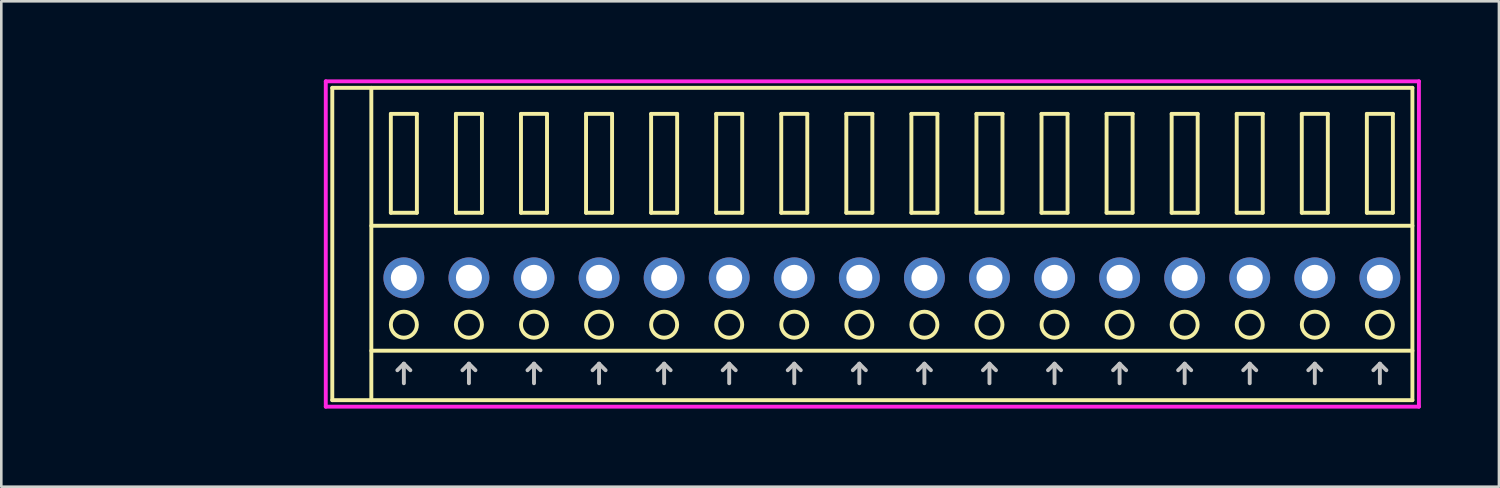
<source format=kicad_pcb>
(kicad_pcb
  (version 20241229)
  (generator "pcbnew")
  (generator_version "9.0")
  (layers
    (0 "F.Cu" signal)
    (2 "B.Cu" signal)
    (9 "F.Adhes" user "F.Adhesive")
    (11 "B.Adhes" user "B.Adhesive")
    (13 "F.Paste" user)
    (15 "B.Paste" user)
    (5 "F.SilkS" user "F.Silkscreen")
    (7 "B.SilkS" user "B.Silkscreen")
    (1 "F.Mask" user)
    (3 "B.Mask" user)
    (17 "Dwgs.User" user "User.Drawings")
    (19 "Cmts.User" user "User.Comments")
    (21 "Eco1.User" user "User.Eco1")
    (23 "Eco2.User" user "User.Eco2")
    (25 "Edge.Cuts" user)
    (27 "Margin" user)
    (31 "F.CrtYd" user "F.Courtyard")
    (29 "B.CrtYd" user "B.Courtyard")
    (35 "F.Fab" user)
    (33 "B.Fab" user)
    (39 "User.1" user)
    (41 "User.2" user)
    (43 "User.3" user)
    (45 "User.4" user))
  (footprint "COMBICON_HDR250P16"
    (layer "F.Cu")
    (at 31.217 7.625)
    (property "Reference" "COMBICON_HDR250P16" (at -22.5 0 0) (layer "User.1") (effects (font (size 1 1) (thickness 0.1))))
    (attr through_hole)
    (fp_line (start -21.5 -7.3) (end -21.5 4.7) (stroke (width 0.15) (type solid)) (layer "F.SilkS"))
    (fp_line (start -21.5 4.7) (end 20 4.7) (stroke (width 0.15) (type solid)) (layer "F.SilkS"))
    (fp_line (start -20 -2) (end 20 -2) (stroke (width 0.15) (type solid)) (layer "F.SilkS"))
    (fp_line (start -20 2.8) (end 20 2.8) (stroke (width 0.15) (type solid)) (layer "F.SilkS"))
    (fp_line (start -20 4.7) (end -20 -7.3) (stroke (width 0.15) (type solid)) (layer "F.SilkS"))
    (fp_line (start -19.25 -6.3) (end -19.25 -2.5) (stroke (width 0.15) (type solid)) (layer "F.SilkS"))
    (fp_line (start -19.25 -2.5) (end -18.25 -2.5) (stroke (width 0.15) (type solid)) (layer "F.SilkS"))
    (fp_line (start -18.25 -6.3) (end -19.25 -6.3) (stroke (width 0.15) (type solid)) (layer "F.SilkS"))
    (fp_line (start -18.25 -2.5) (end -18.25 -6.3) (stroke (width 0.15) (type solid)) (layer "F.SilkS"))
    (fp_line (start -16.75 -6.3) (end -16.75 -2.5) (stroke (width 0.15) (type solid)) (layer "F.SilkS"))
    (fp_line (start -16.75 -2.5) (end -15.75 -2.5) (stroke (width 0.15) (type solid)) (layer "F.SilkS"))
    (fp_line (start -15.75 -6.3) (end -16.75 -6.3) (stroke (width 0.15) (type solid)) (layer "F.SilkS"))
    (fp_line (start -15.75 -2.5) (end -15.75 -6.3) (stroke (width 0.15) (type solid)) (layer "F.SilkS"))
    (fp_line (start -14.25 -6.3) (end -14.25 -2.5) (stroke (width 0.15) (type solid)) (layer "F.SilkS"))
    (fp_line (start -14.25 -2.5) (end -13.25 -2.5) (stroke (width 0.15) (type solid)) (layer "F.SilkS"))
    (fp_line (start -13.25 -6.3) (end -14.25 -6.3) (stroke (width 0.15) (type solid)) (layer "F.SilkS"))
    (fp_line (start -13.25 -2.5) (end -13.25 -6.3) (stroke (width 0.15) (type solid)) (layer "F.SilkS"))
    (fp_line (start -11.75 -6.3) (end -11.75 -2.5) (stroke (width 0.15) (type solid)) (layer "F.SilkS"))
    (fp_line (start -11.75 -2.5) (end -10.75 -2.5) (stroke (width 0.15) (type solid)) (layer "F.SilkS"))
    (fp_line (start -10.75 -6.3) (end -11.75 -6.3) (stroke (width 0.15) (type solid)) (layer "F.SilkS"))
    (fp_line (start -10.75 -2.5) (end -10.75 -6.3) (stroke (width 0.15) (type solid)) (layer "F.SilkS"))
    (fp_line (start -9.25 -6.3) (end -9.25 -2.5) (stroke (width 0.15) (type solid)) (layer "F.SilkS"))
    (fp_line (start -9.25 -2.5) (end -8.25 -2.5) (stroke (width 0.15) (type solid)) (layer "F.SilkS"))
    (fp_line (start -8.25 -6.3) (end -9.25 -6.3) (stroke (width 0.15) (type solid)) (layer "F.SilkS"))
    (fp_line (start -8.25 -2.5) (end -8.25 -6.3) (stroke (width 0.15) (type solid)) (layer "F.SilkS"))
    (fp_line (start -6.75 -6.3) (end -6.75 -2.5) (stroke (width 0.15) (type solid)) (layer "F.SilkS"))
    (fp_line (start -6.75 -2.5) (end -5.75 -2.5) (stroke (width 0.15) (type solid)) (layer "F.SilkS"))
    (fp_line (start -5.75 -6.3) (end -6.75 -6.3) (stroke (width 0.15) (type solid)) (layer "F.SilkS"))
    (fp_line (start -5.75 -2.5) (end -5.75 -6.3) (stroke (width 0.15) (type solid)) (layer "F.SilkS"))
    (fp_line (start -4.25 -6.3) (end -4.25 -2.5) (stroke (width 0.15) (type solid)) (layer "F.SilkS"))
    (fp_line (start -4.25 -2.5) (end -3.25 -2.5) (stroke (width 0.15) (type solid)) (layer "F.SilkS"))
    (fp_line (start -3.25 -6.3) (end -4.25 -6.3) (stroke (width 0.15) (type solid)) (layer "F.SilkS"))
    (fp_line (start -3.25 -2.5) (end -3.25 -6.3) (stroke (width 0.15) (type solid)) (layer "F.SilkS"))
    (fp_line (start -1.75 -6.3) (end -1.75 -2.5) (stroke (width 0.15) (type solid)) (layer "F.SilkS"))
    (fp_line (start -1.75 -2.5) (end -0.75 -2.5) (stroke (width 0.15) (type solid)) (layer "F.SilkS"))
    (fp_line (start -0.75 -6.3) (end -1.75 -6.3) (stroke (width 0.15) (type solid)) (layer "F.SilkS"))
    (fp_line (start -0.75 -2.5) (end -0.75 -6.3) (stroke (width 0.15) (type solid)) (layer "F.SilkS"))
    (fp_line (start 0.75 -6.3) (end 0.75 -2.5) (stroke (width 0.15) (type solid)) (layer "F.SilkS"))
    (fp_line (start 0.75 -2.5) (end 1.75 -2.5) (stroke (width 0.15) (type solid)) (layer "F.SilkS"))
    (fp_line (start 1.75 -6.3) (end 0.75 -6.3) (stroke (width 0.15) (type solid)) (layer "F.SilkS"))
    (fp_line (start 1.75 -2.5) (end 1.75 -6.3) (stroke (width 0.15) (type solid)) (layer "F.SilkS"))
    (fp_line (start 3.25 -6.3) (end 3.25 -2.5) (stroke (width 0.15) (type solid)) (layer "F.SilkS"))
    (fp_line (start 3.25 -2.5) (end 4.25 -2.5) (stroke (width 0.15) (type solid)) (layer "F.SilkS"))
    (fp_line (start 4.25 -6.3) (end 3.25 -6.3) (stroke (width 0.15) (type solid)) (layer "F.SilkS"))
    (fp_line (start 4.25 -2.5) (end 4.25 -6.3) (stroke (width 0.15) (type solid)) (layer "F.SilkS"))
    (fp_line (start 5.75 -6.3) (end 5.75 -2.5) (stroke (width 0.15) (type solid)) (layer "F.SilkS"))
    (fp_line (start 5.75 -2.5) (end 6.75 -2.5) (stroke (width 0.15) (type solid)) (layer "F.SilkS"))
    (fp_line (start 6.75 -6.3) (end 5.75 -6.3) (stroke (width 0.15) (type solid)) (layer "F.SilkS"))
    (fp_line (start 6.75 -2.5) (end 6.75 -6.3) (stroke (width 0.15) (type solid)) (layer "F.SilkS"))
    (fp_line (start 8.25 -6.3) (end 8.25 -2.5) (stroke (width 0.15) (type solid)) (layer "F.SilkS"))
    (fp_line (start 8.25 -2.5) (end 9.25 -2.5) (stroke (width 0.15) (type solid)) (layer "F.SilkS"))
    (fp_line (start 9.25 -6.3) (end 8.25 -6.3) (stroke (width 0.15) (type solid)) (layer "F.SilkS"))
    (fp_line (start 9.25 -2.5) (end 9.25 -6.3) (stroke (width 0.15) (type solid)) (layer "F.SilkS"))
    (fp_line (start 10.75 -6.3) (end 10.75 -2.5) (stroke (width 0.15) (type solid)) (layer "F.SilkS"))
    (fp_line (start 10.75 -2.5) (end 11.75 -2.5) (stroke (width 0.15) (type solid)) (layer "F.SilkS"))
    (fp_line (start 11.75 -6.3) (end 10.75 -6.3) (stroke (width 0.15) (type solid)) (layer "F.SilkS"))
    (fp_line (start 11.75 -2.5) (end 11.75 -6.3) (stroke (width 0.15) (type solid)) (layer "F.SilkS"))
    (fp_line (start 13.25 -6.3) (end 13.25 -2.5) (stroke (width 0.15) (type solid)) (layer "F.SilkS"))
    (fp_line (start 13.25 -2.5) (end 14.25 -2.5) (stroke (width 0.15) (type solid)) (layer "F.SilkS"))
    (fp_line (start 14.25 -6.3) (end 13.25 -6.3) (stroke (width 0.15) (type solid)) (layer "F.SilkS"))
    (fp_line (start 14.25 -2.5) (end 14.25 -6.3) (stroke (width 0.15) (type solid)) (layer "F.SilkS"))
    (fp_line (start 15.75 -6.3) (end 15.75 -2.5) (stroke (width 0.15) (type solid)) (layer "F.SilkS"))
    (fp_line (start 15.75 -2.5) (end 16.75 -2.5) (stroke (width 0.15) (type solid)) (layer "F.SilkS"))
    (fp_line (start 16.75 -6.3) (end 15.75 -6.3) (stroke (width 0.15) (type solid)) (layer "F.SilkS"))
    (fp_line (start 16.75 -2.5) (end 16.75 -6.3) (stroke (width 0.15) (type solid)) (layer "F.SilkS"))
    (fp_line (start 18.25 -6.3) (end 18.25 -2.5) (stroke (width 0.15) (type solid)) (layer "F.SilkS"))
    (fp_line (start 18.25 -2.5) (end 19.25 -2.5) (stroke (width 0.15) (type solid)) (layer "F.SilkS"))
    (fp_line (start 19.25 -6.3) (end 18.25 -6.3) (stroke (width 0.15) (type solid)) (layer "F.SilkS"))
    (fp_line (start 19.25 -2.5) (end 19.25 -6.3) (stroke (width 0.15) (type solid)) (layer "F.SilkS"))
    (fp_line (start 20 -7.3) (end -21.5 -7.3) (stroke (width 0.15) (type solid)) (layer "F.SilkS"))
    (fp_line (start 20 4.7) (end 20 -7.3) (stroke (width 0.15) (type solid)) (layer "F.SilkS"))
    (fp_circle (center -18.75 1.8) (end -18.25 1.8) (stroke (width 0.15) (type solid)) (fill no) (layer "F.SilkS"))
    (fp_circle (center -16.25 1.8) (end -15.75 1.8) (stroke (width 0.15) (type solid)) (fill no) (layer "F.SilkS"))
    (fp_circle (center -13.75 1.8) (end -13.25 1.8) (stroke (width 0.15) (type solid)) (fill no) (layer "F.SilkS"))
    (fp_circle (center -11.25 1.8) (end -10.75 1.8) (stroke (width 0.15) (type solid)) (fill no) (layer "F.SilkS"))
    (fp_circle (center -8.75 1.8) (end -8.25 1.8) (stroke (width 0.15) (type solid)) (fill no) (layer "F.SilkS"))
    (fp_circle (center -6.25 1.8) (end -5.75 1.8) (stroke (width 0.15) (type solid)) (fill no) (layer "F.SilkS"))
    (fp_circle (center -3.75 1.8) (end -3.25 1.8) (stroke (width 0.15) (type solid)) (fill no) (layer "F.SilkS"))
    (fp_circle (center -1.25 1.8) (end -0.75 1.8) (stroke (width 0.15) (type solid)) (fill no) (layer "F.SilkS"))
    (fp_circle (center 1.25 1.8) (end 1.75 1.8) (stroke (width 0.15) (type solid)) (fill no) (layer "F.SilkS"))
    (fp_circle (center 3.75 1.8) (end 4.25 1.8) (stroke (width 0.15) (type solid)) (fill no) (layer "F.SilkS"))
    (fp_circle (center 6.25 1.8) (end 6.75 1.8) (stroke (width 0.15) (type solid)) (fill no) (layer "F.SilkS"))
    (fp_circle (center 8.75 1.8) (end 9.25 1.8) (stroke (width 0.15) (type solid)) (fill no) (layer "F.SilkS"))
    (fp_circle (center 11.25 1.8) (end 11.75 1.8) (stroke (width 0.15) (type solid)) (fill no) (layer "F.SilkS"))
    (fp_circle (center 13.75 1.8) (end 14.25 1.8) (stroke (width 0.15) (type solid)) (fill no) (layer "F.SilkS"))
    (fp_circle (center 16.25 1.8) (end 16.75 1.8) (stroke (width 0.15) (type solid)) (fill no) (layer "F.SilkS"))
    (fp_circle (center 18.75 1.8) (end 19.25 1.8) (stroke (width 0.15) (type solid)) (fill no) (layer "F.SilkS"))
    (fp_line (start -19 3.55) (end -18.75 3.3) (stroke (width 0.15) (type solid)) (layer "Dwgs.User"))
    (fp_line (start -18.75 4.05) (end -18.75 3.3) (stroke (width 0.15) (type solid)) (layer "Dwgs.User"))
    (fp_line (start -18.5 3.55) (end -18.75 3.3) (stroke (width 0.15) (type solid)) (layer "Dwgs.User"))
    (fp_line (start -16.5 3.55) (end -16.25 3.3) (stroke (width 0.15) (type solid)) (layer "Dwgs.User"))
    (fp_line (start -16.25 4.05) (end -16.25 3.3) (stroke (width 0.15) (type solid)) (layer "Dwgs.User"))
    (fp_line (start -16 3.55) (end -16.25 3.3) (stroke (width 0.15) (type solid)) (layer "Dwgs.User"))
    (fp_line (start -14 3.55) (end -13.75 3.3) (stroke (width 0.15) (type solid)) (layer "Dwgs.User"))
    (fp_line (start -13.75 4.05) (end -13.75 3.3) (stroke (width 0.15) (type solid)) (layer "Dwgs.User"))
    (fp_line (start -13.5 3.55) (end -13.75 3.3) (stroke (width 0.15) (type solid)) (layer "Dwgs.User"))
    (fp_line (start -11.5 3.55) (end -11.25 3.3) (stroke (width 0.15) (type solid)) (layer "Dwgs.User"))
    (fp_line (start -11.25 4.05) (end -11.25 3.3) (stroke (width 0.15) (type solid)) (layer "Dwgs.User"))
    (fp_line (start -11 3.55) (end -11.25 3.3) (stroke (width 0.15) (type solid)) (layer "Dwgs.User"))
    (fp_line (start -9 3.55) (end -8.75 3.3) (stroke (width 0.15) (type solid)) (layer "Dwgs.User"))
    (fp_line (start -8.75 4.05) (end -8.75 3.3) (stroke (width 0.15) (type solid)) (layer "Dwgs.User"))
    (fp_line (start -8.5 3.55) (end -8.75 3.3) (stroke (width 0.15) (type solid)) (layer "Dwgs.User"))
    (fp_line (start -6.5 3.55) (end -6.25 3.3) (stroke (width 0.15) (type solid)) (layer "Dwgs.User"))
    (fp_line (start -6.25 4.05) (end -6.25 3.3) (stroke (width 0.15) (type solid)) (layer "Dwgs.User"))
    (fp_line (start -6 3.55) (end -6.25 3.3) (stroke (width 0.15) (type solid)) (layer "Dwgs.User"))
    (fp_line (start -4 3.55) (end -3.75 3.3) (stroke (width 0.15) (type solid)) (layer "Dwgs.User"))
    (fp_line (start -3.75 4.05) (end -3.75 3.3) (stroke (width 0.15) (type solid)) (layer "Dwgs.User"))
    (fp_line (start -3.5 3.55) (end -3.75 3.3) (stroke (width 0.15) (type solid)) (layer "Dwgs.User"))
    (fp_line (start -1.5 3.55) (end -1.25 3.3) (stroke (width 0.15) (type solid)) (layer "Dwgs.User"))
    (fp_line (start -1.25 4.05) (end -1.25 3.3) (stroke (width 0.15) (type solid)) (layer "Dwgs.User"))
    (fp_line (start -1 3.55) (end -1.25 3.3) (stroke (width 0.15) (type solid)) (layer "Dwgs.User"))
    (fp_line (start 1 3.55) (end 1.25 3.3) (stroke (width 0.15) (type solid)) (layer "Dwgs.User"))
    (fp_line (start 1.25 4.05) (end 1.25 3.3) (stroke (width 0.15) (type solid)) (layer "Dwgs.User"))
    (fp_line (start 1.5 3.55) (end 1.25 3.3) (stroke (width 0.15) (type solid)) (layer "Dwgs.User"))
    (fp_line (start 3.5 3.55) (end 3.75 3.3) (stroke (width 0.15) (type solid)) (layer "Dwgs.User"))
    (fp_line (start 3.75 4.05) (end 3.75 3.3) (stroke (width 0.15) (type solid)) (layer "Dwgs.User"))
    (fp_line (start 4 3.55) (end 3.75 3.3) (stroke (width 0.15) (type solid)) (layer "Dwgs.User"))
    (fp_line (start 6 3.55) (end 6.25 3.3) (stroke (width 0.15) (type solid)) (layer "Dwgs.User"))
    (fp_line (start 6.25 4.05) (end 6.25 3.3) (stroke (width 0.15) (type solid)) (layer "Dwgs.User"))
    (fp_line (start 6.5 3.55) (end 6.25 3.3) (stroke (width 0.15) (type solid)) (layer "Dwgs.User"))
    (fp_line (start 8.5 3.55) (end 8.75 3.3) (stroke (width 0.15) (type solid)) (layer "Dwgs.User"))
    (fp_line (start 8.75 4.05) (end 8.75 3.3) (stroke (width 0.15) (type solid)) (layer "Dwgs.User"))
    (fp_line (start 9 3.55) (end 8.75 3.3) (stroke (width 0.15) (type solid)) (layer "Dwgs.User"))
    (fp_line (start 11 3.55) (end 11.25 3.3) (stroke (width 0.15) (type solid)) (layer "Dwgs.User"))
    (fp_line (start 11.25 4.05) (end 11.25 3.3) (stroke (width 0.15) (type solid)) (layer "Dwgs.User"))
    (fp_line (start 11.5 3.55) (end 11.25 3.3) (stroke (width 0.15) (type solid)) (layer "Dwgs.User"))
    (fp_line (start 13.5 3.55) (end 13.75 3.3) (stroke (width 0.15) (type solid)) (layer "Dwgs.User"))
    (fp_line (start 13.75 4.05) (end 13.75 3.3) (stroke (width 0.15) (type solid)) (layer "Dwgs.User"))
    (fp_line (start 14 3.55) (end 13.75 3.3) (stroke (width 0.15) (type solid)) (layer "Dwgs.User"))
    (fp_line (start 16 3.55) (end 16.25 3.3) (stroke (width 0.15) (type solid)) (layer "Dwgs.User"))
    (fp_line (start 16.25 4.05) (end 16.25 3.3) (stroke (width 0.15) (type solid)) (layer "Dwgs.User"))
    (fp_line (start 16.5 3.55) (end 16.25 3.3) (stroke (width 0.15) (type solid)) (layer "Dwgs.User"))
    (fp_line (start 18.5 3.55) (end 18.75 3.3) (stroke (width 0.15) (type solid)) (layer "Dwgs.User"))
    (fp_line (start 18.75 4.05) (end 18.75 3.3) (stroke (width 0.15) (type solid)) (layer "Dwgs.User"))
    (fp_line (start 19 3.55) (end 18.75 3.3) (stroke (width 0.15) (type solid)) (layer "Dwgs.User"))
    (fp_line (start -21.75 -7.55) (end -21.75 4.95) (stroke (width 0.15) (type solid)) (layer "F.CrtYd"))
    (fp_line (start -21.75 4.95) (end 20.25 4.95) (stroke (width 0.15) (type solid)) (layer "F.CrtYd"))
    (fp_line (start 20.25 -7.55) (end -21.75 -7.55) (stroke (width 0.15) (type solid)) (layer "F.CrtYd"))
    (fp_line (start 20.25 4.95) (end 20.25 -7.55) (stroke (width 0.15) (type solid)) (layer "F.CrtYd"))
    (pad "1" thru_hole oval (at -18.75 0) (size 1.57 1.57) (drill 1) (layers "*.Cu" "*.Mask"))
    (pad "2" thru_hole oval (at -16.25 0) (size 1.57 1.57) (drill 1) (layers "*.Cu" "*.Mask"))
    (pad "3" thru_hole oval (at -13.75 0) (size 1.57 1.57) (drill 1) (layers "*.Cu" "*.Mask"))
    (pad "4" thru_hole oval (at -11.25 0) (size 1.57 1.57) (drill 1) (layers "*.Cu" "*.Mask"))
    (pad "5" thru_hole oval (at -8.75 0) (size 1.57 1.57) (drill 1) (layers "*.Cu" "*.Mask"))
    (pad "6" thru_hole oval (at -6.25 0) (size 1.57 1.57) (drill 1) (layers "*.Cu" "*.Mask"))
    (pad "7" thru_hole oval (at -3.75 0) (size 1.57 1.57) (drill 1) (layers "*.Cu" "*.Mask"))
    (pad "8" thru_hole oval (at -1.25 0) (size 1.57 1.57) (drill 1) (layers "*.Cu" "*.Mask"))
    (pad "9" thru_hole oval (at 1.25 0) (size 1.57 1.57) (drill 1) (layers "*.Cu" "*.Mask"))
    (pad "10" thru_hole oval (at 3.75 0) (size 1.57 1.57) (drill 1) (layers "*.Cu" "*.Mask"))
    (pad "11" thru_hole oval (at 6.25 0) (size 1.57 1.57) (drill 1) (layers "*.Cu" "*.Mask"))
    (pad "12" thru_hole oval (at 8.75 0) (size 1.57 1.57) (drill 1) (layers "*.Cu" "*.Mask"))
    (pad "13" thru_hole oval (at 11.25 0) (size 1.57 1.57) (drill 1) (layers "*.Cu" "*.Mask"))
    (pad "14" thru_hole oval (at 13.75 0) (size 1.57 1.57) (drill 1) (layers "*.Cu" "*.Mask"))
    (pad "15" thru_hole oval (at 16.25 0) (size 1.57 1.57) (drill 1) (layers "*.Cu" "*.Mask"))
    (pad "16" thru_hole oval (at 18.75 0) (size 1.57 1.57) (drill 1) (layers "*.Cu" "*.Mask")))
  (gr_rect
    (start -3 -3)
    (end 54.542 15.65)
    (stroke (width 0.1) (type default))
    (fill no)
    (layer "Edge.Cuts")))
</source>
